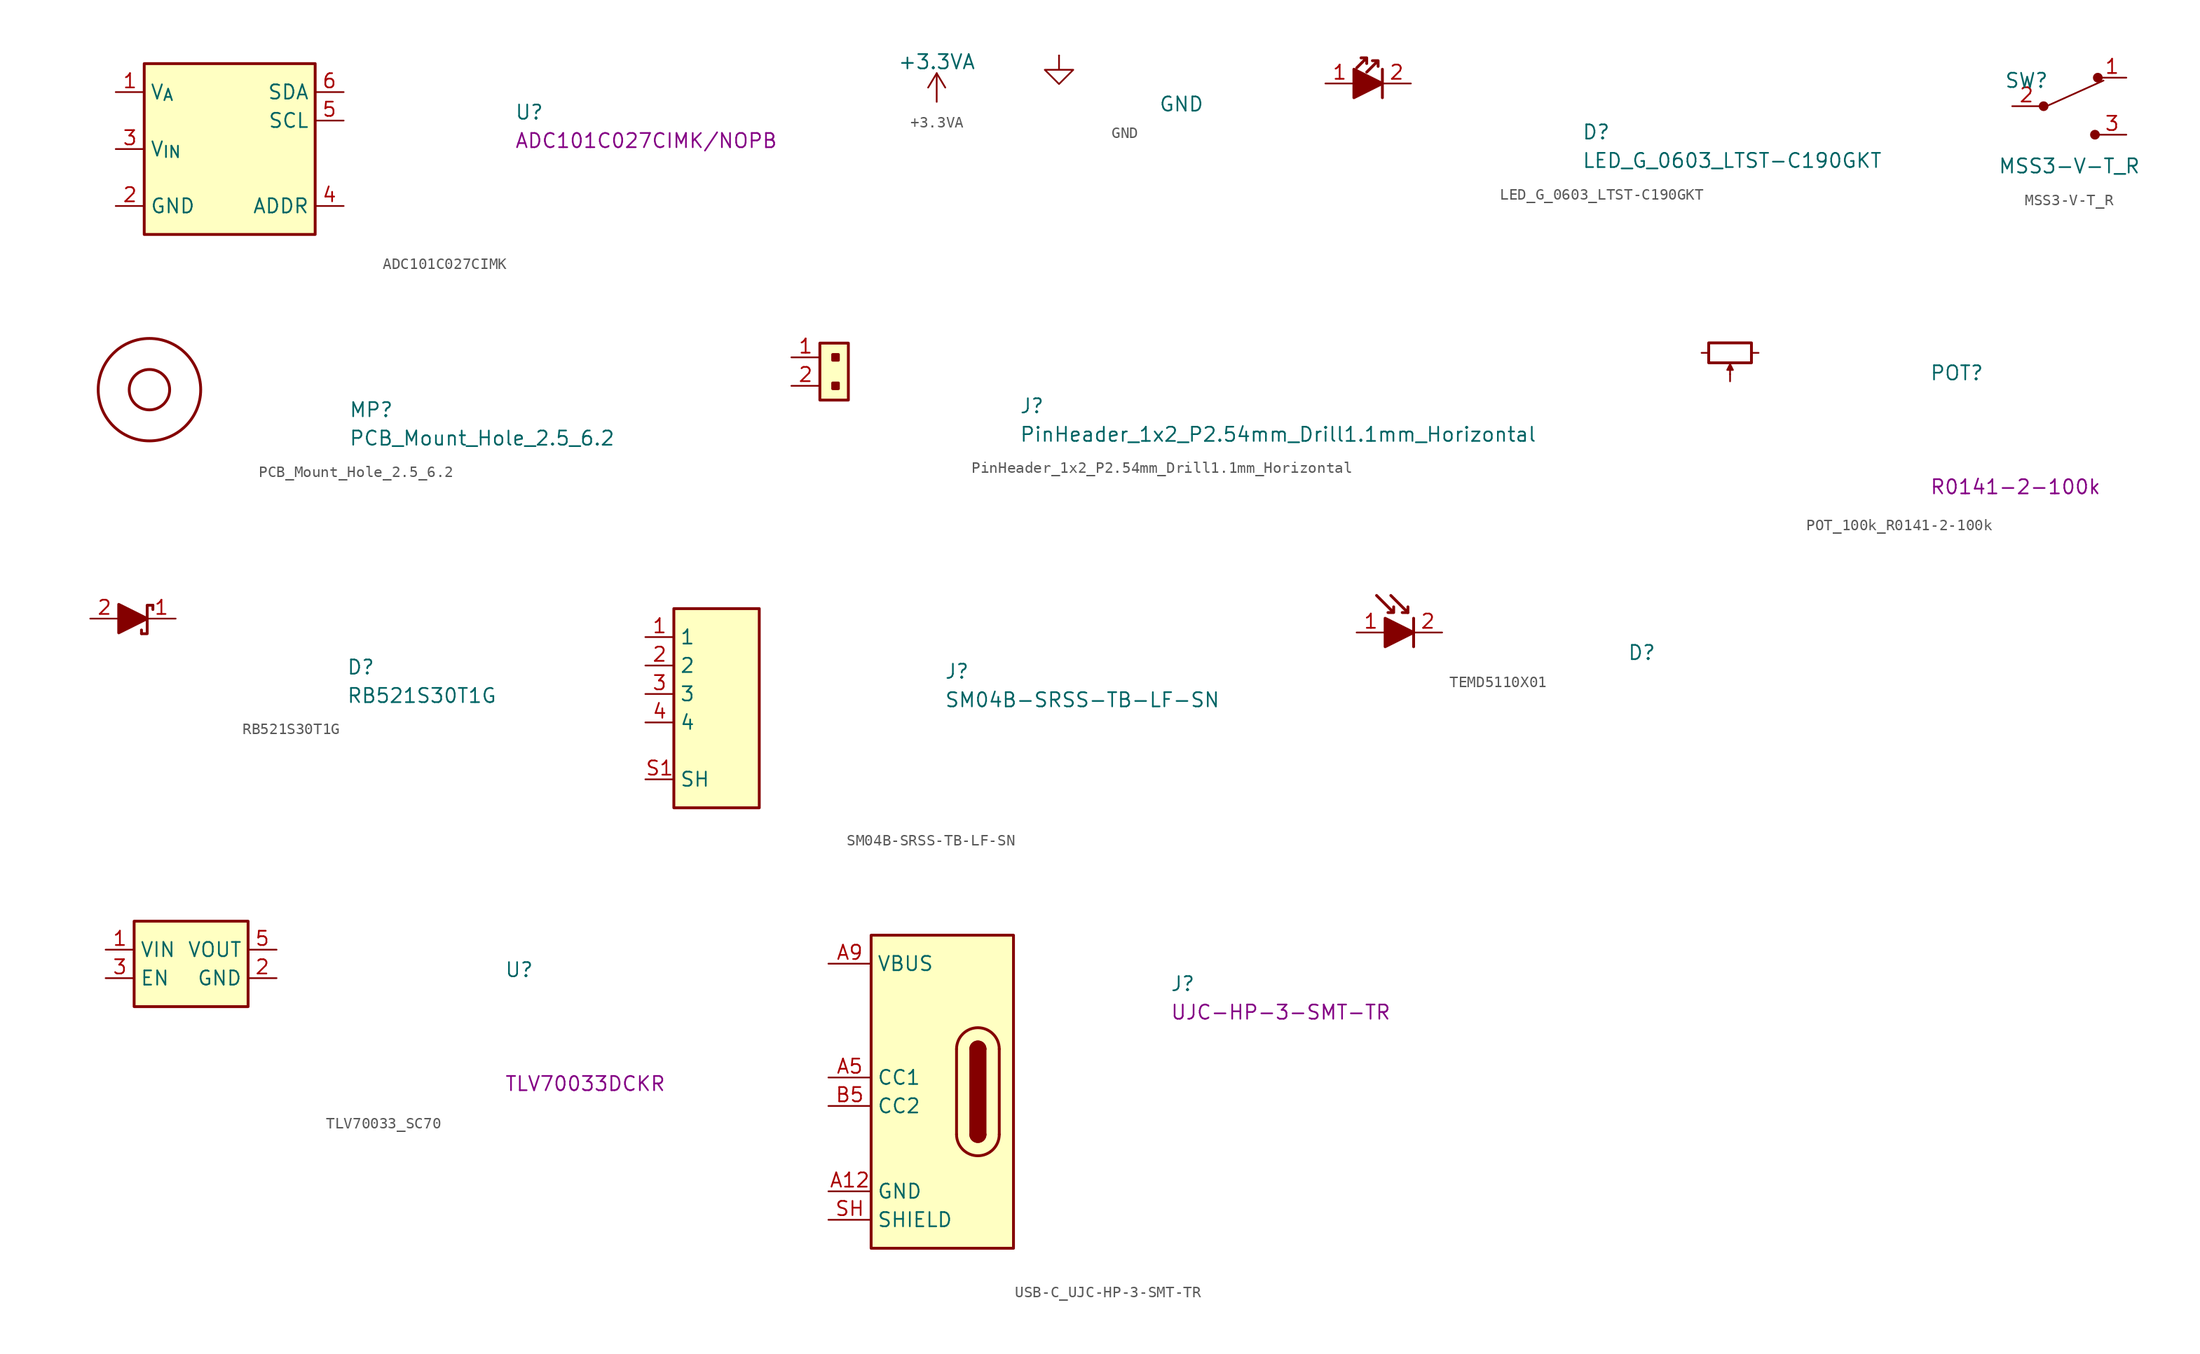
<source format=kicad_sym>
(kicad_symbol_lib
  (version 20211014)
  (generator kicad_symbol_editor)
  (symbol "ADC101C027CIMK"
    (property "Reference" "U"
      (at 35.56 -2.54 0)
      (effects (font (size 1.27 1.27) (thickness 0.15)) (justify left bottom)))
    (property "MPN" "ADC101C027CIMK/NOPB"
      (at 35.56 -5.08 0)
      (effects (font (size 1.27 1.27) (thickness 0.15)) (justify left bottom)))
    (symbol "ADC101C027CIMK_1_1"
      (rectangle (start 2.54 2.54) (end 17.78 -12.7) (stroke (width 0.254) (type default) (color 0 0 0 0)) (fill (type background)))
      (pin power_in line (at 0 0 0) (length 2.54) (name "V_{A}" (effects (font (size 1.27 1.27)))) (number "1" (effects (font (size 1.27 1.27)))))
      (pin power_in line (at 0 -10.16 0) (length 2.54) (name "GND" (effects (font (size 1.27 1.27)))) (number "2" (effects (font (size 1.27 1.27)))))
      (pin input line (at 0 -5.08 0) (length 2.54) (name "V_{IN}" (effects (font (size 1.27 1.27)))) (number "3" (effects (font (size 1.27 1.27)))))
      (pin input line (at 20.32 -10.16 180) (length 2.54) (name "ADDR" (effects (font (size 1.27 1.27)))) (number "4" (effects (font (size 1.27 1.27)))))
      (pin input line (at 20.32 -2.54 180) (length 2.54) (name "SCL" (effects (font (size 1.27 1.27)))) (number "5" (effects (font (size 1.27 1.27)))))
      (pin bidirectional line (at 20.32 0 180) (length 2.54) (name "SDA" (effects (font (size 1.27 1.27)))) (number "6" (effects (font (size 1.27 1.27)))))))
  (symbol "ir-irradiance-probe:+3.3VA"
    (power)
    (pin_names
      (offset 0))
    (property "Reference" "#PWR"
      (at 0 -3.81 0)
      (effects (font (size 1.27 1.27)) hide))
    (property "Value" "+3.3VA"
      (at 0 3.556 0)
      (effects (font (size 1.27 1.27))))
    (symbol "+3.3VA_0_1"
      (polyline (pts (xy -0.762 1.27) (xy 0 2.54)) (stroke (width 0) (type default) (color 0 0 0 0)) (fill (type none)))
      (polyline (pts (xy 0 0) (xy 0 2.54)) (stroke (width 0) (type default) (color 0 0 0 0)) (fill (type none)))
      (polyline (pts (xy 0 2.54) (xy 0.762 1.27)) (stroke (width 0) (type default) (color 0 0 0 0)) (fill (type none))))
    (symbol "+3.3VA_1_1"
      (pin power_in line (at 0 0 90) (length 0) hide (name "+3.3VA" (effects (font (size 1.27 1.27)))) (number "1" (effects (font (size 1.27 1.27)))))))
  (symbol "ir-irradiance-probe:GND"
    (power)
    (pin_numbers hide)
    (pin_names hide)
    (property "Reference" "#PWR"
      (at 8.89 -2.54 0)
      (effects (font (size 1.27 1.27) (thickness 0.15)) (justify left bottom) hide))
    (property "Value" "GND"
      (at 8.89 -5.08 0)
      (effects (font (size 1.27 1.27) (thickness 0.15)) (justify left bottom)))
    (symbol "GND_1_1"
      (polyline (pts (xy 0 0) (xy 0 -1.27) (xy 1.27 -1.27) (xy 0 -2.54) (xy -1.27 -1.27) (xy 0 -1.27)) (stroke (width 0) (type default) (color 0 0 0 0)) (fill (type none)))
      (pin power_in line (at 0 0 270) (length 0) (name "GND" (effects (font (size 1.27 1.27)))) (number "1" (effects (font (size 1.27 1.27)))))))
  (symbol "LED_G_0603_LTST-C190GKT"
    (pin_names hide)
    (property "Reference" "D"
      (at 22.86 -5.08 0)
      (effects (font (size 1.27 1.27) (thickness 0.15)) (justify left bottom)))
    (property "Value" "LED_G_0603_LTST-C190GKT"
      (at 22.86 -7.62 0)
      (effects (font (size 1.27 1.27) (thickness 0.15)) (justify left bottom)))
    (symbol "LED_G_0603_LTST-C190GKT_1_1"
      (polyline (pts (xy 5.08 1.27) (xy 5.08 -1.27)) (stroke (width 0.254) (type default) (color 0 0 0 0)) (fill (type none)))
      (polyline (pts (xy 2.54 1.27) (xy 2.54 -1.27) (xy 5.08 0) (xy 2.54 1.27)) (stroke (width 0.254) (type default) (color 0 0 0 0)) (fill (type outline)))
      (polyline (pts (xy 3.683 2.286) (xy 3.683 1.778) (xy 3.683 2.286) (xy 3.175 2.286) (xy 3.683 2.286) (xy 2.794 1.397)) (stroke (width 0.254) (type default) (color 0 0 0 0)) (fill (type none)))
      (polyline (pts (xy 4.699 2.032) (xy 4.699 1.524) (xy 4.699 2.032) (xy 4.191 2.032) (xy 4.699 2.032) (xy 3.683 1.016)) (stroke (width 0.254) (type default) (color 0 0 0 0)) (fill (type none)))
      (pin passive line (at 0 0 0) (length 2.54) (name "1" (effects (font (size 1.27 1.27)))) (number "1" (effects (font (size 1.27 1.27)))))
      (pin passive line (at 7.62 0 180) (length 2.54) (name "2" (effects (font (size 1.27 1.27)))) (number "2" (effects (font (size 1.27 1.27)))))))
  (symbol "MSS3-V-T_R"
    (pin_names
      (offset 0))
    (property "Reference" "SW"
      (at -3.81 2.286 0)
      (effects (font (size 1.27 1.27))))
    (property "Value" "MSS3-V-T_R"
      (at 0 -5.334 0)
      (effects (font (size 1.27 1.27))))
    (symbol "MSS3-V-T_R_0_1"
      (circle (center -2.286 0) (radius 0.356) (stroke (width 0) (type default) (color 0 0 0 0)) (fill (type outline)))
      (polyline (pts (xy -2.032 0) (xy 3.048 2.286)) (stroke (width 0) (type default) (color 0 0 0 0)) (fill (type none)))
      (circle (center 2.286 -2.54) (radius 0.356) (stroke (width 0) (type default) (color 0 0 0 0)) (fill (type outline)))
      (circle (center 2.54 2.54) (radius 0.356) (stroke (width 0) (type default) (color 0 0 0 0)) (fill (type outline))))
    (symbol "MSS3-V-T_R_1_1"
      (pin passive line (at 5.08 2.54 180) (length 2.54) (name "~" (effects (font (size 1.27 1.27)))) (number "1" (effects (font (size 1.27 1.27)))))
      (pin passive line (at -5.08 0 0) (length 2.54) (name "~" (effects (font (size 1.27 1.27)))) (number "2" (effects (font (size 1.27 1.27)))))
      (pin passive line (at 5.08 -2.54 180) (length 2.54) (name "~" (effects (font (size 1.27 1.27)))) (number "3" (effects (font (size 1.27 1.27)))))))
  (symbol "PCB_Mount_Hole_2.5_6.2"
    (pin_names hide)
    (property "Reference" "MP"
      (at 17.78 -2.54 0)
      (effects (font (size 1.27 1.27) (thickness 0.15)) (justify left bottom)))
    (property "Value" "PCB_Mount_Hole_2.5_6.2"
      (at 17.78 -5.08 0)
      (effects (font (size 1.27 1.27) (thickness 0.15)) (justify left bottom)))
    (symbol "PCB_Mount_Hole_2.5_6.2_1_1"
      (circle (center 0 0) (radius 1.803) (stroke (width 0.254) (type default) (color 0 0 0 0)) (fill (type none)))
      (circle (center 0 0) (radius 4.572) (stroke (width 0.254) (type default) (color 0 0 0 0)) (fill (type none)))))
  (symbol "PinHeader_1x2_P2.54mm_Drill1.1mm_Horizontal"
    (property "Reference" "J"
      (at 20.32 -5.08 0)
      (effects (font (size 1.27 1.27) (thickness 0.15)) (justify left bottom)))
    (property "Value" "PinHeader_1x2_P2.54mm_Drill1.1mm_Horizontal"
      (at 20.32 -7.62 0)
      (effects (font (size 1.27 1.27) (thickness 0.15)) (justify left bottom)))
    (symbol "PinHeader_1x2_P2.54mm_Drill1.1mm_Horizontal_1_1"
      (rectangle (start 2.54 -3.81) (end 5.08 1.27) (stroke (width 0.254) (type default) (color 0 0 0 0)) (fill (type background)))
      (rectangle (start 3.683 -2.794) (end 4.191 -2.286) (stroke (width 0.254) (type default) (color 0 0 0 0)) (fill (type outline)))
      (rectangle (start 3.683 -0.254) (end 4.191 0.254) (stroke (width 0.254) (type default) (color 0 0 0 0)) (fill (type outline)))
      (pin passive line (at 0 0 0) (length 2.54) (name "~" (effects (font (size 1.27 1.27)))) (number "1" (effects (font (size 1.27 1.27)))))
      (pin passive line (at 0 -2.54 0) (length 2.54) (name "~" (effects (font (size 1.27 1.27)))) (number "2" (effects (font (size 1.27 1.27)))))))
  (symbol "POT_100k_R0141-2-100k"
    (pin_numbers hide)
    (property "Reference" "POT"
      (at 20.32 -2.54 0)
      (effects (font (size 1.27 1.27) (thickness 0.15)) (justify left bottom)))
    (property "MPN" "R0141-2-100k"
      (at 20.32 -12.7 0)
      (effects (font (size 1.27 1.27) (thickness 0.15)) (justify left bottom)))
    (symbol "POT_100k_R0141-2-100k_0_1"
      (polyline (pts (xy 2.54 -1.905) (xy 2.54 -1.016) (xy 2.794 -1.524) (xy 2.286 -1.524) (xy 2.54 -1.016)) (stroke (width 0) (type default) (color 0 0 0 0)) (fill (type outline)))
      (rectangle (start 0.635 0.889) (end 4.445 -0.889) (stroke (width 0.254) (type default) (color 0 0 0 0)) (fill (type none))))
    (symbol "POT_100k_R0141-2-100k_1_1"
      (pin passive line (at 0 0 0) (length 0.635) (name "~" (effects (font (size 1.27 1.27)))) (number "1" (effects (font (size 1.27 1.27)))))
      (pin passive line (at 5.08 0 180) (length 0.635) (name "~" (effects (font (size 1.27 1.27)))) (number "2" (effects (font (size 1.27 1.27)))))
      (pin passive line (at 2.54 -2.54 90) (length 0.635) (name "~" (effects (font (size 1.27 1.27)))) (number "3" (effects (font (size 1.27 1.27)))))))
  (symbol "RB521S30T1G"
    (pin_names hide)
    (property "Reference" "D"
      (at 22.86 -5.08 0)
      (effects (font (size 1.27 1.27) (thickness 0.15)) (justify left bottom)))
    (property "Value" "RB521S30T1G"
      (at 22.86 -7.62 0)
      (effects (font (size 1.27 1.27) (thickness 0.15)) (justify left bottom)))
    (symbol "RB521S30T1G_1_1"
      (polyline (pts (xy 4.572 -1.016) (xy 4.572 -1.346)) (stroke (width 0.254) (type default) (color 0 0 0 0)) (fill (type none)))
      (polyline (pts (xy 5.588 1.194) (xy 5.588 0.813)) (stroke (width 0.254) (type default) (color 0 0 0 0)) (fill (type none)))
      (polyline (pts (xy 2.54 1.27) (xy 2.54 -1.27) (xy 5.08 0) (xy 2.54 1.27)) (stroke (width 0.254) (type default) (color 0 0 0 0)) (fill (type outline)))
      (polyline (pts (xy 5.588 1.194) (xy 5.08 1.194) (xy 5.08 -1.346) (xy 4.572 -1.346)) (stroke (width 0.254) (type default) (color 0 0 0 0)) (fill (type none)))
      (pin passive line (at 7.62 0 180) (length 2.54) (name "1" (effects (font (size 1.27 1.27)))) (number "1" (effects (font (size 1.27 1.27)))))
      (pin passive line (at 0 0 0) (length 2.54) (name "2" (effects (font (size 1.27 1.27)))) (number "2" (effects (font (size 1.27 1.27)))))))
  (symbol "SM04B-SRSS-TB-LF-SN"
    (property "Reference" "J"
      (at 26.67 -3.81 0)
      (effects (font (size 1.27 1.27) (thickness 0.15)) (justify left bottom)))
    (property "Value" "SM04B-SRSS-TB-LF-SN"
      (at 26.67 -6.35 0)
      (effects (font (size 1.27 1.27) (thickness 0.15)) (justify left bottom)))
    (symbol "SM04B-SRSS-TB-LF-SN_1_1"
      (rectangle (start 2.54 2.54) (end 10.16 -15.24) (stroke (width 0.254) (type default) (color 0 0 0 0)) (fill (type background)))
      (pin passive line (at 0 0 0) (length 2.54) (name "1" (effects (font (size 1.27 1.27)))) (number "1" (effects (font (size 1.27 1.27)))))
      (pin passive line (at 0 -2.54 0) (length 2.54) (name "2" (effects (font (size 1.27 1.27)))) (number "2" (effects (font (size 1.27 1.27)))))
      (pin passive line (at 0 -5.08 0) (length 2.54) (name "3" (effects (font (size 1.27 1.27)))) (number "3" (effects (font (size 1.27 1.27)))))
      (pin passive line (at 0 -7.62 0) (length 2.54) (name "4" (effects (font (size 1.27 1.27)))) (number "4" (effects (font (size 1.27 1.27)))))
      (pin passive line (at 0 -12.7 0) (length 2.54) (name "SH" (effects (font (size 1.27 1.27)))) (number "S1" (effects (font (size 1.27 1.27)))))
      (pin passive line (at 0 -12.7 0) (length 2.54) hide (name "SH" (effects (font (size 1.27 1.27)))) (number "S2" (effects (font (size 1.27 1.27)))))))
  (symbol "TEMD5110X01"
    (pin_names hide)
    (property "Reference" "D"
      (at 24.13 -2.54 0)
      (effects (font (size 1.27 1.27) (thickness 0.15)) (justify left bottom)))
    (symbol "TEMD5110X01_1_1"
      (polyline (pts (xy 2.54 0) (xy 5.08 0)) (stroke (width 0.254) (type default) (color 0 0 0 0)) (fill (type outline)))
      (polyline (pts (xy 4.572 1.778) (xy 4.064 1.778)) (stroke (width 0.254) (type default) (color 0 0 0 0)) (fill (type none)))
      (polyline (pts (xy 5.08 1.27) (xy 5.08 -1.27)) (stroke (width 0.254) (type default) (color 0 0 0 0)) (fill (type none)))
      (polyline (pts (xy 3.048 3.302) (xy 4.572 1.778) (xy 4.572 2.286)) (stroke (width 0.254) (type default) (color 0 0 0 0)) (fill (type none)))
      (polyline (pts (xy 2.54 -1.27) (xy 2.54 1.27) (xy 5.08 0) (xy 2.54 -1.27)) (stroke (width 0.254) (type default) (color 0 0 0 0)) (fill (type outline)))
      (polyline (pts (xy 1.778 3.302) (xy 3.302 1.778) (xy 3.302 2.286) (xy 3.302 1.778) (xy 2.794 1.778)) (stroke (width 0.254) (type default) (color 0 0 0 0)) (fill (type none)))
      (pin input line (at 0 0 0) (length 2.54) (name "1" (effects (font (size 1.27 1.27)))) (number "1" (effects (font (size 1.27 1.27)))))
      (pin output line (at 7.62 0 180) (length 2.54) (name "2" (effects (font (size 1.27 1.27)))) (number "2" (effects (font (size 1.27 1.27)))))))
  (symbol "TLV70033_SC70"
    (property "Reference" "U"
      (at 35.56 -2.54 0)
      (effects (font (size 1.27 1.27) (thickness 0.15)) (justify left bottom)))
    (property "MPN" "TLV70033DCKR"
      (at 35.56 -12.7 0)
      (effects (font (size 1.27 1.27) (thickness 0.15)) (justify left bottom)))
    (symbol "TLV70033_SC70_1_1"
      (rectangle (start 2.54 2.54) (end 12.7 -5.08) (stroke (width 0.254) (type default) (color 0 0 0 0)) (fill (type background)))
      (pin power_in line (at 0 0 0) (length 2.54) (name "VIN" (effects (font (size 1.27 1.27)))) (number "1" (effects (font (size 1.27 1.27)))))
      (pin power_in line (at 15.24 -2.54 180) (length 2.54) (name "GND" (effects (font (size 1.27 1.27)))) (number "2" (effects (font (size 1.27 1.27)))))
      (pin input line (at 0 -2.54 0) (length 2.54) (name "EN" (effects (font (size 1.27 1.27)))) (number "3" (effects (font (size 1.27 1.27)))))
      (pin no_connect line (at 2.54 -3.81 0) (length 2.54) hide (name "" (effects (font (size 1.27 1.27)))) (number "4" (effects (font (size 1.27 1.27)))))
      (pin power_out line (at 15.24 0 180) (length 2.54) (name "VOUT" (effects (font (size 1.27 1.27)))) (number "5" (effects (font (size 1.27 1.27)))))))
  (symbol "USB-C_UJC-HP-3-SMT-TR"
    (property "Reference" "J"
      (at 30.48 -2.54 0)
      (effects (font (size 1.27 1.27) (thickness 0.15)) (justify left bottom)))
    (property "MPN" "UJC-HP-3-SMT-TR"
      (at 30.48 -5.08 0)
      (effects (font (size 1.27 1.27) (thickness 0.15)) (justify left bottom)))
    (symbol "USB-C_UJC-HP-3-SMT-TR_1_1"
      (polyline (pts (xy 11.43 -7.62) (xy 11.43 -15.24)) (stroke (width 0.254) (type default) (color 0 0 0 0)) (fill (type background)))
      (polyline (pts (xy 15.24 -15.24) (xy 15.24 -7.62)) (stroke (width 0.254) (type default) (color 0 0 0 0)) (fill (type background)))
      (rectangle (start 3.81 2.54) (end 16.51 -25.4) (stroke (width 0.254) (type default) (color 0 0 0 0)) (fill (type background)))
      (arc (start 11.43 -15.24) (mid 13.335 -17.145) (end 15.24 -15.24) (stroke (width 0.254) (type default) (color 0 0 0 0)) (fill (type background)))
      (arc (start 12.7 -15.24) (mid 13.335 -15.875) (end 13.97 -15.24) (stroke (width 0.254) (type default) (color 0 0 0 0)) (fill (type outline)))
      (arc (start 12.7 -15.24) (mid 13.335 -15.875) (end 13.97 -15.24) (stroke (width 0.254) (type default) (color 0 0 0 0)) (fill (type background)))
      (rectangle (start 12.7 -7.62) (end 13.97 -15.24) (stroke (width 0.254) (type default) (color 0 0 0 0)) (fill (type outline)))
      (arc (start 13.97 -7.62) (mid 13.335 -6.985) (end 12.7 -7.62) (stroke (width 0.254) (type default) (color 0 0 0 0)) (fill (type outline)))
      (arc (start 13.97 -7.62) (mid 13.335 -6.985) (end 12.7 -7.62) (stroke (width 0.254) (type default) (color 0 0 0 0)) (fill (type background)))
      (arc (start 15.24 -7.62) (mid 13.335 -5.715) (end 11.43 -7.62) (stroke (width 0.254) (type default) (color 0 0 0 0)) (fill (type background)))
      (pin passive line (at 0 -20.32 0) (length 3.81) (name "GND" (effects (font (size 1.27 1.27)))) (number "A12" (effects (font (size 1.27 1.27)))))
      (pin bidirectional line (at 0 -10.16 0) (length 3.81) (name "CC1" (effects (font (size 1.27 1.27)))) (number "A5" (effects (font (size 1.27 1.27)))))
      (pin passive line (at 0 0 0) (length 3.81) (name "VBUS" (effects (font (size 1.27 1.27)))) (number "A9" (effects (font (size 1.27 1.27)))))
      (pin passive line (at 0 -20.32 0) (length 3.81) hide (name "GND" (effects (font (size 1.27 1.27)))) (number "B12" (effects (font (size 1.27 1.27)))))
      (pin bidirectional line (at 0 -12.7 0) (length 3.81) (name "CC2" (effects (font (size 1.27 1.27)))) (number "B5" (effects (font (size 1.27 1.27)))))
      (pin passive line (at 0 0 0) (length 3.81) hide (name "VBUS" (effects (font (size 1.27 1.27)))) (number "B9" (effects (font (size 1.27 1.27)))))
      (pin passive line (at 0 -22.86 0) (length 3.81) (name "SHIELD" (effects (font (size 1.27 1.27)))) (number "SH" (effects (font (size 1.27 1.27))))))))
</source>
